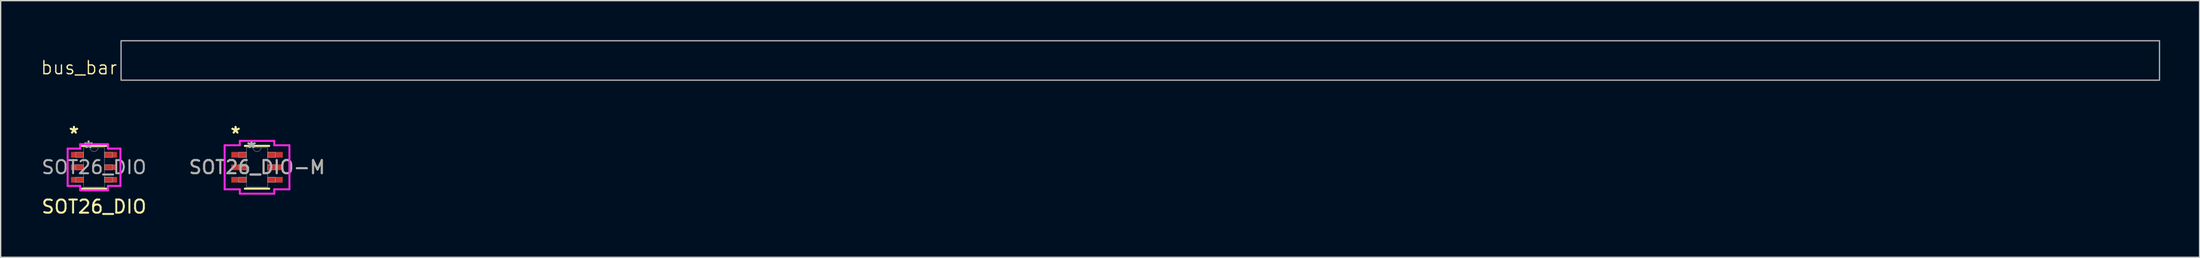
<source format=kicad_pcb>
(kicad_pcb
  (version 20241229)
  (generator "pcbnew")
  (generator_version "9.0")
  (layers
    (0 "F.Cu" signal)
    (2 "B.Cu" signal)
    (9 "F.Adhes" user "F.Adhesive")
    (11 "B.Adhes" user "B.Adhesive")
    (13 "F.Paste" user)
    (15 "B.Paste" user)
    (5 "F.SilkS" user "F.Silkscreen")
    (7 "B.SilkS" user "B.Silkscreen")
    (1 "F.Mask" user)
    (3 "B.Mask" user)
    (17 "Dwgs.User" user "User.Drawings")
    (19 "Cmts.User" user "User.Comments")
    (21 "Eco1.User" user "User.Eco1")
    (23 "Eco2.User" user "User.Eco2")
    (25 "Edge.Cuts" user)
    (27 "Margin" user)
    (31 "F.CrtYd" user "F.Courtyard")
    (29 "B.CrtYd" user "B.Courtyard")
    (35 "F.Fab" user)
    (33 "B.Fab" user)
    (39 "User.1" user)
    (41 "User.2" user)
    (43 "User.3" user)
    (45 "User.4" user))
  (footprint "SOT26_DIO"
    (layer "F.Cu")
    (at 4.101 9.673)
    (property "Reference" "SOT26_DIO" (at 0 3 0) (unlocked yes) (layer "F.SilkS") (effects (font (size 1 1) (thickness 0.15))))
    (attr smd)
    (fp_line (start -0.927 1.626) (end 0.927 1.626) (stroke (width 0.152) (type solid)) (layer "F.SilkS"))
    (fp_line (start 0.927 -1.626) (end -0.927 -1.626) (stroke (width 0.152) (type solid)) (layer "F.SilkS"))
    (fp_line (start -2.007 -1.42) (end -1.054 -1.42) (stroke (width 0.152) (type solid)) (layer "F.CrtYd"))
    (fp_line (start -2.007 1.42) (end -2.007 -1.42) (stroke (width 0.152) (type solid)) (layer "F.CrtYd"))
    (fp_line (start -2.007 1.42) (end -1.054 1.42) (stroke (width 0.152) (type solid)) (layer "F.CrtYd"))
    (fp_line (start -1.054 -1.753) (end 1.054 -1.753) (stroke (width 0.152) (type solid)) (layer "F.CrtYd"))
    (fp_line (start -1.054 -1.42) (end -1.054 -1.753) (stroke (width 0.152) (type solid)) (layer "F.CrtYd"))
    (fp_line (start -1.054 1.753) (end -1.054 1.42) (stroke (width 0.152) (type solid)) (layer "F.CrtYd"))
    (fp_line (start 1.054 -1.753) (end 1.054 -1.42) (stroke (width 0.152) (type solid)) (layer "F.CrtYd"))
    (fp_line (start 1.054 1.42) (end 1.054 1.753) (stroke (width 0.152) (type solid)) (layer "F.CrtYd"))
    (fp_line (start 1.054 1.753) (end -1.054 1.753) (stroke (width 0.152) (type solid)) (layer "F.CrtYd"))
    (fp_line (start 2.007 -1.42) (end 1.054 -1.42) (stroke (width 0.152) (type solid)) (layer "F.CrtYd"))
    (fp_line (start 2.007 -1.42) (end 2.007 1.42) (stroke (width 0.152) (type solid)) (layer "F.CrtYd"))
    (fp_line (start 2.007 1.42) (end 1.054 1.42) (stroke (width 0.152) (type solid)) (layer "F.CrtYd"))
    (fp_line (start -1.397 -1.141) (end -1.397 -0.759) (stroke (width 0.025) (type solid)) (layer "F.Fab"))
    (fp_line (start -1.397 -0.759) (end -0.8 -0.759) (stroke (width 0.025) (type solid)) (layer "F.Fab"))
    (fp_line (start -1.397 -0.191) (end -1.397 0.191) (stroke (width 0.025) (type solid)) (layer "F.Fab"))
    (fp_line (start -1.397 0.191) (end -0.8 0.191) (stroke (width 0.025) (type solid)) (layer "F.Fab"))
    (fp_line (start -1.397 0.759) (end -1.397 1.141) (stroke (width 0.025) (type solid)) (layer "F.Fab"))
    (fp_line (start -1.397 1.141) (end -0.8 1.141) (stroke (width 0.025) (type solid)) (layer "F.Fab"))
    (fp_line (start -0.8 -1.499) (end -0.8 1.499) (stroke (width 0.025) (type solid)) (layer "F.Fab"))
    (fp_line (start -0.8 -1.141) (end -1.397 -1.141) (stroke (width 0.025) (type solid)) (layer "F.Fab"))
    (fp_line (start -0.8 -0.759) (end -0.8 -1.141) (stroke (width 0.025) (type solid)) (layer "F.Fab"))
    (fp_line (start -0.8 -0.191) (end -1.397 -0.191) (stroke (width 0.025) (type solid)) (layer "F.Fab"))
    (fp_line (start -0.8 0.191) (end -0.8 -0.191) (stroke (width 0.025) (type solid)) (layer "F.Fab"))
    (fp_line (start -0.8 0.759) (end -1.397 0.759) (stroke (width 0.025) (type solid)) (layer "F.Fab"))
    (fp_line (start -0.8 1.141) (end -0.8 0.759) (stroke (width 0.025) (type solid)) (layer "F.Fab"))
    (fp_line (start -0.8 1.499) (end 0.8 1.499) (stroke (width 0.025) (type solid)) (layer "F.Fab"))
    (fp_line (start 0.8 -1.499) (end -0.8 -1.499) (stroke (width 0.025) (type solid)) (layer "F.Fab"))
    (fp_line (start 0.8 -1.141) (end 0.8 -0.759) (stroke (width 0.025) (type solid)) (layer "F.Fab"))
    (fp_line (start 0.8 -0.759) (end 1.397 -0.759) (stroke (width 0.025) (type solid)) (layer "F.Fab"))
    (fp_line (start 0.8 -0.191) (end 0.8 0.191) (stroke (width 0.025) (type solid)) (layer "F.Fab"))
    (fp_line (start 0.8 0.191) (end 1.397 0.191) (stroke (width 0.025) (type solid)) (layer "F.Fab"))
    (fp_line (start 0.8 0.759) (end 0.8 1.141) (stroke (width 0.025) (type solid)) (layer "F.Fab"))
    (fp_line (start 0.8 1.141) (end 1.397 1.141) (stroke (width 0.025) (type solid)) (layer "F.Fab"))
    (fp_line (start 0.8 1.499) (end 0.8 -1.499) (stroke (width 0.025) (type solid)) (layer "F.Fab"))
    (fp_line (start 1.397 -1.141) (end 0.8 -1.141) (stroke (width 0.025) (type solid)) (layer "F.Fab"))
    (fp_line (start 1.397 -0.759) (end 1.397 -1.141) (stroke (width 0.025) (type solid)) (layer "F.Fab"))
    (fp_line (start 1.397 -0.191) (end 0.8 -0.191) (stroke (width 0.025) (type solid)) (layer "F.Fab"))
    (fp_line (start 1.397 0.191) (end 1.397 -0.191) (stroke (width 0.025) (type solid)) (layer "F.Fab"))
    (fp_line (start 1.397 0.759) (end 0.8 0.759) (stroke (width 0.025) (type solid)) (layer "F.Fab"))
    (fp_line (start 1.397 1.141) (end 1.397 0.759) (stroke (width 0.025) (type solid)) (layer "F.Fab"))
    (fp_arc (start 0.3048 -1.4986) (mid 0 -1.1938) (end -0.3048 -1.4986) (stroke (width 0.0254) (type solid)) (layer "F.Fab"))
    (fp_text user "*" (at -1.53 -2.525 0) (unlocked yes) (layer "F.SilkS") (effects (font (size 1 1) (thickness 0.15))))
    (fp_text user "*" (at -1.53 -2.525 0) (layer "F.SilkS") (effects (font (size 1 1) (thickness 0.15))))
    (fp_text user "*" (at -0.419 -1.422 0) (layer "F.Fab") (effects (font (size 1 1) (thickness 0.15))))
    (fp_text user "${REFERENCE}" (at 0 0 0) (unlocked yes) (layer "F.Fab") (effects (font (size 1 1) (thickness 0.15))))
    (fp_text user "*" (at -0.419 -1.422 0) (unlocked yes) (layer "F.Fab") (effects (font (size 1 1) (thickness 0.15))))
    (pad "1" smd rect (at -1.276 -0.95) (size 0.953 0.432) (layers "F.Cu" "F.Mask" "F.Paste"))
    (pad "2" smd rect (at -1.276 0) (size 0.953 0.432) (layers "F.Cu" "F.Mask" "F.Paste"))
    (pad "3" smd rect (at -1.276 0.95) (size 0.953 0.432) (layers "F.Cu" "F.Mask" "F.Paste"))
    (pad "4" smd rect (at 1.276 0.95) (size 0.953 0.432) (layers "F.Cu" "F.Mask" "F.Paste"))
    (pad "5" smd rect (at 1.276 0) (size 0.953 0.432) (layers "F.Cu" "F.Mask" "F.Paste"))
    (pad "6" smd rect (at 1.276 -0.95) (size 0.953 0.432) (layers "F.Cu" "F.Mask" "F.Paste")))
  (footprint "bus_bar"
    (layer "F.Cu")
    (at 6.155 3.05)
    (property "Reference" "bus_bar" (at -3.2 -0.95 0) (unlocked yes) (layer "F.SilkS") (effects (font (size 1 1) (thickness 0.1))))
    (attr board_only exclude_from_bom allow_missing_courtyard)
    (fp_rect (start 0 -3) (end 155 0) (stroke (width 0.1) (type default)) (fill no) (layer "F.Fab")))
  (footprint "SOT26_DIO-M"
    (layer "F.Cu")
    (at 16.494 9.673)
    (property "Reference" "SOT26_DIO-M" (at 0 0 0) (unlocked yes) (layer "F.SilkS") (effects (font (size 1 1) (thickness 0.15))))
    (attr smd)
    (fp_line (start -0.927 1.626) (end 0.927 1.626) (stroke (width 0.152) (type solid)) (layer "F.SilkS"))
    (fp_line (start 0.927 -1.626) (end -0.927 -1.626) (stroke (width 0.152) (type solid)) (layer "F.SilkS"))
    (fp_line (start -2.464 -1.674) (end -1.308 -1.674) (stroke (width 0.152) (type solid)) (layer "F.CrtYd"))
    (fp_line (start -2.464 1.674) (end -2.464 -1.674) (stroke (width 0.152) (type solid)) (layer "F.CrtYd"))
    (fp_line (start -2.464 1.674) (end -1.308 1.674) (stroke (width 0.152) (type solid)) (layer "F.CrtYd"))
    (fp_line (start -1.308 -2.007) (end 1.308 -2.007) (stroke (width 0.152) (type solid)) (layer "F.CrtYd"))
    (fp_line (start -1.308 -1.674) (end -1.308 -2.007) (stroke (width 0.152) (type solid)) (layer "F.CrtYd"))
    (fp_line (start -1.308 2.007) (end -1.308 1.674) (stroke (width 0.152) (type solid)) (layer "F.CrtYd"))
    (fp_line (start 1.308 -2.007) (end 1.308 -1.674) (stroke (width 0.152) (type solid)) (layer "F.CrtYd"))
    (fp_line (start 1.308 1.674) (end 1.308 2.007) (stroke (width 0.152) (type solid)) (layer "F.CrtYd"))
    (fp_line (start 1.308 2.007) (end -1.308 2.007) (stroke (width 0.152) (type solid)) (layer "F.CrtYd"))
    (fp_line (start 2.464 -1.674) (end 1.308 -1.674) (stroke (width 0.152) (type solid)) (layer "F.CrtYd"))
    (fp_line (start 2.464 -1.674) (end 2.464 1.674) (stroke (width 0.152) (type solid)) (layer "F.CrtYd"))
    (fp_line (start 2.464 1.674) (end 1.308 1.674) (stroke (width 0.152) (type solid)) (layer "F.CrtYd"))
    (fp_line (start -1.397 -1.141) (end -1.397 -0.759) (stroke (width 0.025) (type solid)) (layer "F.Fab"))
    (fp_line (start -1.397 -0.759) (end -0.8 -0.759) (stroke (width 0.025) (type solid)) (layer "F.Fab"))
    (fp_line (start -1.397 -0.191) (end -1.397 0.191) (stroke (width 0.025) (type solid)) (layer "F.Fab"))
    (fp_line (start -1.397 0.191) (end -0.8 0.191) (stroke (width 0.025) (type solid)) (layer "F.Fab"))
    (fp_line (start -1.397 0.759) (end -1.397 1.141) (stroke (width 0.025) (type solid)) (layer "F.Fab"))
    (fp_line (start -1.397 1.141) (end -0.8 1.141) (stroke (width 0.025) (type solid)) (layer "F.Fab"))
    (fp_line (start -0.8 -1.499) (end -0.8 1.499) (stroke (width 0.025) (type solid)) (layer "F.Fab"))
    (fp_line (start -0.8 -1.141) (end -1.397 -1.141) (stroke (width 0.025) (type solid)) (layer "F.Fab"))
    (fp_line (start -0.8 -0.759) (end -0.8 -1.141) (stroke (width 0.025) (type solid)) (layer "F.Fab"))
    (fp_line (start -0.8 -0.191) (end -1.397 -0.191) (stroke (width 0.025) (type solid)) (layer "F.Fab"))
    (fp_line (start -0.8 0.191) (end -0.8 -0.191) (stroke (width 0.025) (type solid)) (layer "F.Fab"))
    (fp_line (start -0.8 0.759) (end -1.397 0.759) (stroke (width 0.025) (type solid)) (layer "F.Fab"))
    (fp_line (start -0.8 1.141) (end -0.8 0.759) (stroke (width 0.025) (type solid)) (layer "F.Fab"))
    (fp_line (start -0.8 1.499) (end 0.8 1.499) (stroke (width 0.025) (type solid)) (layer "F.Fab"))
    (fp_line (start 0.8 -1.499) (end -0.8 -1.499) (stroke (width 0.025) (type solid)) (layer "F.Fab"))
    (fp_line (start 0.8 -1.141) (end 0.8 -0.759) (stroke (width 0.025) (type solid)) (layer "F.Fab"))
    (fp_line (start 0.8 -0.759) (end 1.397 -0.759) (stroke (width 0.025) (type solid)) (layer "F.Fab"))
    (fp_line (start 0.8 -0.191) (end 0.8 0.191) (stroke (width 0.025) (type solid)) (layer "F.Fab"))
    (fp_line (start 0.8 0.191) (end 1.397 0.191) (stroke (width 0.025) (type solid)) (layer "F.Fab"))
    (fp_line (start 0.8 0.759) (end 0.8 1.141) (stroke (width 0.025) (type solid)) (layer "F.Fab"))
    (fp_line (start 0.8 1.141) (end 1.397 1.141) (stroke (width 0.025) (type solid)) (layer "F.Fab"))
    (fp_line (start 0.8 1.499) (end 0.8 -1.499) (stroke (width 0.025) (type solid)) (layer "F.Fab"))
    (fp_line (start 1.397 -1.141) (end 0.8 -1.141) (stroke (width 0.025) (type solid)) (layer "F.Fab"))
    (fp_line (start 1.397 -0.759) (end 1.397 -1.141) (stroke (width 0.025) (type solid)) (layer "F.Fab"))
    (fp_line (start 1.397 -0.191) (end 0.8 -0.191) (stroke (width 0.025) (type solid)) (layer "F.Fab"))
    (fp_line (start 1.397 0.191) (end 1.397 -0.191) (stroke (width 0.025) (type solid)) (layer "F.Fab"))
    (fp_line (start 1.397 0.759) (end 0.8 0.759) (stroke (width 0.025) (type solid)) (layer "F.Fab"))
    (fp_line (start 1.397 1.141) (end 1.397 0.759) (stroke (width 0.025) (type solid)) (layer "F.Fab"))
    (fp_arc (start 0.3048 -1.4986) (mid 0 -1.1938) (end -0.3048 -1.4986) (stroke (width 0.0254) (type solid)) (layer "F.Fab"))
    (fp_text user "*" (at -1.632 -2.525 0) (layer "F.SilkS") (effects (font (size 1 1) (thickness 0.15))))
    (fp_text user "*" (at -1.632 -2.525 0) (unlocked yes) (layer "F.SilkS") (effects (font (size 1 1) (thickness 0.15))))
    (fp_text user "${REFERENCE}" (at 0 0 0) (unlocked yes) (layer "F.Fab") (effects (font (size 1 1) (thickness 0.15))))
    (fp_text user "*" (at -0.419 -1.422 0) (unlocked yes) (layer "F.Fab") (effects (font (size 1 1) (thickness 0.15))))
    (fp_text user "*" (at -0.419 -1.422 0) (layer "F.Fab") (effects (font (size 1 1) (thickness 0.15))))
    (pad "1" smd rect (at -1.378 -0.95) (size 1.156 0.432) (layers "F.Cu" "F.Mask" "F.Paste"))
    (pad "2" smd rect (at -1.378 0) (size 1.156 0.432) (layers "F.Cu" "F.Mask" "F.Paste"))
    (pad "3" smd rect (at -1.378 0.95) (size 1.156 0.432) (layers "F.Cu" "F.Mask" "F.Paste"))
    (pad "4" smd rect (at 1.378 0.95) (size 1.156 0.432) (layers "F.Cu" "F.Mask" "F.Paste"))
    (pad "5" smd rect (at 1.378 0) (size 1.156 0.432) (layers "F.Cu" "F.Mask" "F.Paste"))
    (pad "6" smd rect (at 1.378 -0.95) (size 1.156 0.432) (layers "F.Cu" "F.Mask" "F.Paste")))
  (gr_rect
    (start -3 -3)
    (end 164.205 16.521)
    (stroke (width 0.1) (type default))
    (fill no)
    (layer "Edge.Cuts")))
</source>
